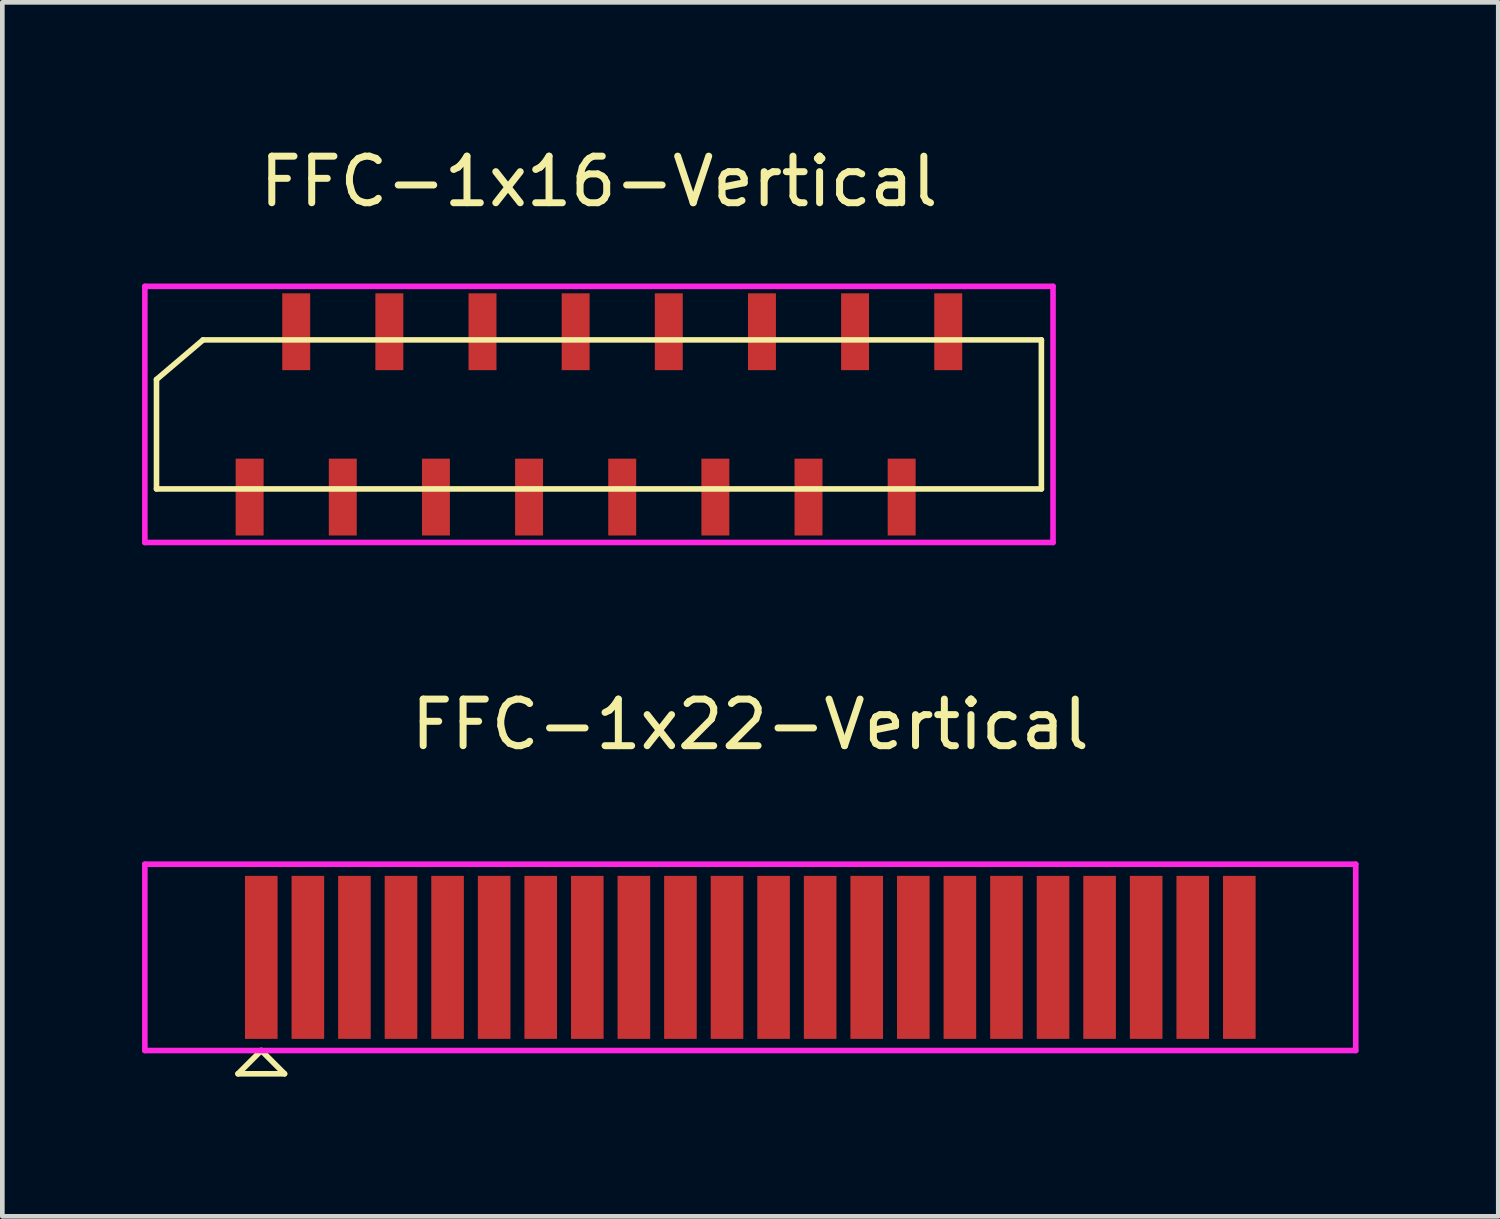
<source format=kicad_pcb>
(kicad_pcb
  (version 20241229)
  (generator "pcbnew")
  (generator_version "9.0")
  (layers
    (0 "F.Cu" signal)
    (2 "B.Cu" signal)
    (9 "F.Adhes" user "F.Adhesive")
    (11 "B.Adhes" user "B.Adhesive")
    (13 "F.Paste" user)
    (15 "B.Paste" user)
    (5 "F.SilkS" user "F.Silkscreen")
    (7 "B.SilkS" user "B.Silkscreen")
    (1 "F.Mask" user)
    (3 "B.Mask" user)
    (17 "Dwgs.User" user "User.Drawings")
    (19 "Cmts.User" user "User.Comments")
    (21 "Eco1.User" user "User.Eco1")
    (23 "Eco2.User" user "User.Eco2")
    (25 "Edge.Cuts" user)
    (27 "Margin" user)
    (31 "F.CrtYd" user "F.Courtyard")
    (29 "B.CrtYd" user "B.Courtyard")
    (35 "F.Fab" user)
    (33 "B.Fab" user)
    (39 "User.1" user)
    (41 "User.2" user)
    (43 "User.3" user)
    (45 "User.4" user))
  (footprint "FFC-1x22-Vertical"
    (layer "F.Cu")
    (at 13.06 17.506)
    (property "Reference" "FFC-1x22-Vertical" (at 0 -5 0) (layer "F.SilkS") (effects (font (size 1 1) (thickness 0.15))))
    (attr through_hole)
    (fp_line (start -11 2.5) (end -10 2.5) (stroke (width 0.12) (type solid)) (layer "F.SilkS"))
    (fp_line (start -10.5 2) (end -11 2.5) (stroke (width 0.12) (type solid)) (layer "F.SilkS"))
    (fp_line (start -10 2.5) (end -10.5 2) (stroke (width 0.12) (type solid)) (layer "F.SilkS"))
    (fp_line (start -13 -2) (end 13 -2) (stroke (width 0.12) (type solid)) (layer "F.CrtYd"))
    (fp_line (start -13 2) (end -13 -2) (stroke (width 0.12) (type solid)) (layer "F.CrtYd"))
    (fp_line (start 13 -2) (end 13 2) (stroke (width 0.12) (type solid)) (layer "F.CrtYd"))
    (fp_line (start 13 2) (end -13 2) (stroke (width 0.12) (type solid)) (layer "F.CrtYd"))
    (pad "1" smd rect (at -10.5 0) (size 0.7 3.5) (layers "F.Cu" "F.Mask" "F.Paste"))
    (pad "2" smd rect (at -9.5 0) (size 0.7 3.5) (layers "F.Cu" "F.Mask" "F.Paste"))
    (pad "3" smd rect (at -8.5 0) (size 0.7 3.5) (layers "F.Cu" "F.Mask" "F.Paste"))
    (pad "4" smd rect (at -7.5 0) (size 0.7 3.5) (layers "F.Cu" "F.Mask" "F.Paste"))
    (pad "5" smd rect (at -6.5 0) (size 0.7 3.5) (layers "F.Cu" "F.Mask" "F.Paste"))
    (pad "6" smd rect (at -5.5 0) (size 0.7 3.5) (layers "F.Cu" "F.Mask" "F.Paste"))
    (pad "7" smd rect (at -4.5 0) (size 0.7 3.5) (layers "F.Cu" "F.Mask" "F.Paste"))
    (pad "8" smd rect (at -3.5 0) (size 0.7 3.5) (layers "F.Cu" "F.Mask" "F.Paste"))
    (pad "9" smd rect (at -2.5 0) (size 0.7 3.5) (layers "F.Cu" "F.Mask" "F.Paste"))
    (pad "10" smd rect (at -1.5 0) (size 0.7 3.5) (layers "F.Cu" "F.Mask" "F.Paste"))
    (pad "11" smd rect (at -0.5 0) (size 0.7 3.5) (layers "F.Cu" "F.Mask" "F.Paste"))
    (pad "12" smd rect (at 0.5 0) (size 0.7 3.5) (layers "F.Cu" "F.Mask" "F.Paste"))
    (pad "13" smd rect (at 1.5 0) (size 0.7 3.5) (layers "F.Cu" "F.Mask" "F.Paste"))
    (pad "14" smd rect (at 2.5 0) (size 0.7 3.5) (layers "F.Cu" "F.Mask" "F.Paste"))
    (pad "15" smd rect (at 3.5 0) (size 0.7 3.5) (layers "F.Cu" "F.Mask" "F.Paste"))
    (pad "16" smd rect (at 4.5 0) (size 0.7 3.5) (layers "F.Cu" "F.Mask" "F.Paste"))
    (pad "17" smd rect (at 5.5 0) (size 0.7 3.5) (layers "F.Cu" "F.Mask" "F.Paste"))
    (pad "18" smd rect (at 6.5 0) (size 0.7 3.5) (layers "F.Cu" "F.Mask" "F.Paste"))
    (pad "19" smd rect (at 7.5 0) (size 0.7 3.5) (layers "F.Cu" "F.Mask" "F.Paste"))
    (pad "20" smd rect (at 8.5 0) (size 0.7 3.5) (layers "F.Cu" "F.Mask" "F.Paste"))
    (pad "21" smd rect (at 9.5 0) (size 0.7 3.5) (layers "F.Cu" "F.Mask" "F.Paste"))
    (pad "22" smd rect (at 10.5 0) (size 0.7 3.5) (layers "F.Cu" "F.Mask" "F.Paste")))
  (footprint "FFC-1x16-Vertical"
    (layer "F.Cu")
    (at 9.81 5.848)
    (property "Reference" "FFC-1x16-Vertical" (at 0 -5 0) (layer "F.SilkS") (effects (font (size 1 1) (thickness 0.15))))
    (attr through_hole)
    (fp_line (start -9.5 -0.75) (end -8.5 -1.6) (stroke (width 0.12) (type solid)) (layer "F.SilkS"))
    (fp_line (start -9.5 1.6) (end -9.5 -0.75) (stroke (width 0.12) (type solid)) (layer "F.SilkS"))
    (fp_line (start -8.5 -1.6) (end 9.5 -1.6) (stroke (width 0.12) (type solid)) (layer "F.SilkS"))
    (fp_line (start 9.5 -1.6) (end 9.5 1.6) (stroke (width 0.12) (type solid)) (layer "F.SilkS"))
    (fp_line (start 9.5 1.6) (end -9.5 1.6) (stroke (width 0.12) (type solid)) (layer "F.SilkS"))
    (fp_line (start -9.75 -2.75) (end -9.75 2.75) (stroke (width 0.12) (type solid)) (layer "F.CrtYd"))
    (fp_line (start -9.75 2.75) (end 9.75 2.75) (stroke (width 0.12) (type solid)) (layer "F.CrtYd"))
    (fp_line (start 9.75 -2.75) (end -9.75 -2.75) (stroke (width 0.12) (type solid)) (layer "F.CrtYd"))
    (fp_line (start 9.75 2.75) (end 9.75 -2.75) (stroke (width 0.12) (type solid)) (layer "F.CrtYd"))
    (pad "1" smd rect (at -7.5 1.775) (size 0.6 1.65) (layers "F.Cu" "F.Mask" "F.Paste"))
    (pad "2" smd rect (at -6.5 -1.775) (size 0.6 1.65) (layers "F.Cu" "F.Mask" "F.Paste"))
    (pad "3" smd rect (at -5.5 1.775) (size 0.6 1.65) (layers "F.Cu" "F.Mask" "F.Paste"))
    (pad "4" smd rect (at -4.5 -1.775) (size 0.6 1.65) (layers "F.Cu" "F.Mask" "F.Paste"))
    (pad "5" smd rect (at -3.5 1.775) (size 0.6 1.65) (layers "F.Cu" "F.Mask" "F.Paste"))
    (pad "6" smd rect (at -2.5 -1.775) (size 0.6 1.65) (layers "F.Cu" "F.Mask" "F.Paste"))
    (pad "7" smd rect (at -1.5 1.775) (size 0.6 1.65) (layers "F.Cu" "F.Mask" "F.Paste"))
    (pad "8" smd rect (at -0.5 -1.775) (size 0.6 1.65) (layers "F.Cu" "F.Mask" "F.Paste"))
    (pad "9" smd rect (at 0.5 1.775) (size 0.6 1.65) (layers "F.Cu" "F.Mask" "F.Paste"))
    (pad "10" smd rect (at 1.5 -1.775) (size 0.6 1.65) (layers "F.Cu" "F.Mask" "F.Paste"))
    (pad "11" smd rect (at 2.5 1.775) (size 0.6 1.65) (layers "F.Cu" "F.Mask" "F.Paste"))
    (pad "12" smd rect (at 3.5 -1.775) (size 0.6 1.65) (layers "F.Cu" "F.Mask" "F.Paste"))
    (pad "13" smd rect (at 4.5 1.775) (size 0.6 1.65) (layers "F.Cu" "F.Mask" "F.Paste"))
    (pad "14" smd rect (at 5.5 -1.775) (size 0.6 1.65) (layers "F.Cu" "F.Mask" "F.Paste"))
    (pad "15" smd rect (at 6.5 1.775) (size 0.6 1.65) (layers "F.Cu" "F.Mask" "F.Paste"))
    (pad "16" smd rect (at 7.5 -1.775) (size 0.6 1.65) (layers "F.Cu" "F.Mask" "F.Paste")))
  (gr_rect
    (start -3 -3)
    (end 29.12 23.067)
    (stroke (width 0.1) (type default))
    (fill no)
    (layer "Edge.Cuts")))
</source>
